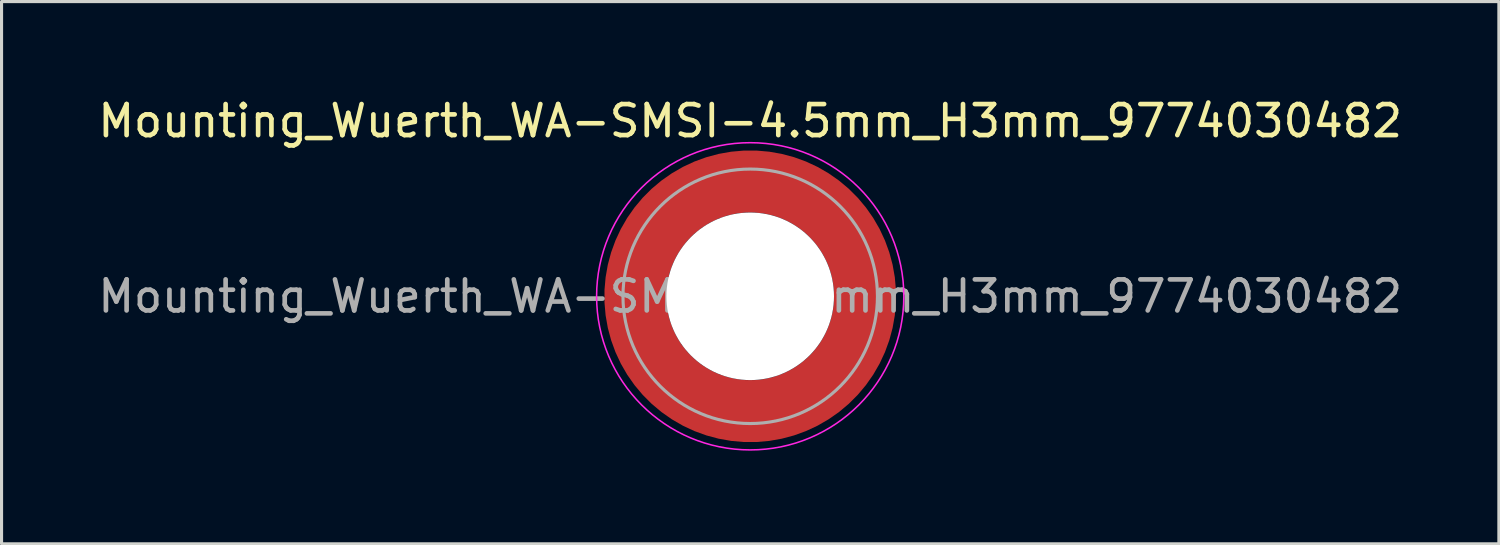
<source format=kicad_pcb>
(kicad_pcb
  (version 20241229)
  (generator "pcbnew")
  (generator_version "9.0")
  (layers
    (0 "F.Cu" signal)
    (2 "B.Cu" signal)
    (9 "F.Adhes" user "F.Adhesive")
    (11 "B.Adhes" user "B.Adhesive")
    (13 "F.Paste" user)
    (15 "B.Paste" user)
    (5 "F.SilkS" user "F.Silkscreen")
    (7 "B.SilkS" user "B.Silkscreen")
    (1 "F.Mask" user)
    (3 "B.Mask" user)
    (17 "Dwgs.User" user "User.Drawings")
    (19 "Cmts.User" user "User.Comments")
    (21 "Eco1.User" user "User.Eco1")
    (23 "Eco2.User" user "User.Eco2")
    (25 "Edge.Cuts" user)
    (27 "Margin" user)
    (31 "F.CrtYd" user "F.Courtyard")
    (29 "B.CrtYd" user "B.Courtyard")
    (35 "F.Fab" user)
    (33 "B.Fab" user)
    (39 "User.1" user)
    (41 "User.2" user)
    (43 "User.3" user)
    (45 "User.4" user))
  (footprint "Mounting_Wuerth_WA-SMSI-4.5mm_H3mm_9774030482"
    (layer "F.Cu")
    (at 21.125 6.498)
    (property "Reference" "Mounting_Wuerth_WA-SMSI-4.5mm_H3mm_9774030482" (at 0 -5.65 0) (layer "F.SilkS") (effects (font (size 1 1) (thickness 0.15))))
    (attr smd allow_soldermask_bridges)
    (fp_circle (center 0 0) (end 4.95 0) (stroke (width 0.05) (type solid)) (fill no) (layer "F.CrtYd"))
    (fp_circle (center 0 0) (end 4.1 0) (stroke (width 0.1) (type solid)) (fill no) (layer "F.Fab"))
    (fp_text user "${REFERENCE}" (at 0 0 0) (layer "F.Fab") (effects (font (size 1 1) (thickness 0.15))))
    (pad "" smd custom (at -2.607 -2.607) (size 0.948 0.948) (layers "F.Paste") (options (anchor circle)) (primitives (gr_arc (start -0.188183 2.107456) (mid 0.599273 0.599273) (end 2.107456 -0.188183) (width 0.2)) (gr_arc (start -0.289416 2.107456) (mid 0.52877 0.52877) (end 2.107456 -0.289416) (width 0.2)) (gr_arc (start -0.390547 2.107456) (mid 0.458268 0.458268) (end 2.107456 -0.390547) (width 0.2)) (gr_arc (start -0.491585 2.107456) (mid 0.387765 0.387765) (end 2.107456 -0.491585) (width 0.2)) (gr_arc (start -0.59254 2.107456) (mid 0.317262 0.317262) (end 2.107456 -0.59254) (width 0.2)) (gr_arc (start -0.693419 2.107456) (mid 0.246759 0.246759) (end 2.107456 -0.693419) (width 0.2)) (gr_arc (start -0.794229 2.107456) (mid 0.176257 0.176257) (end 2.107456 -0.794229) (width 0.2)) (gr_arc (start -0.894975 2.107456) (mid 0.105754 0.105754) (end 2.107456 -0.894975) (width 0.2)) (gr_arc (start -0.995664 2.107456) (mid 0.035251 0.035251) (end 2.107456 -0.995664) (width 0.2)) (gr_arc (start -1.0963 2.107456) (mid -0.035251 -0.035251) (end 2.107456 -1.0963) (width 0.2)) (gr_arc (start -1.196886 2.107456) (mid -0.105754 -0.105754) (end 2.107456 -1.196886) (width 0.2)) (gr_arc (start -1.297427 2.107456) (mid -0.176257 -0.176257) (end 2.107456 -1.297427) (width 0.2)) (gr_arc (start -1.397927 2.107456) (mid -0.246759 -0.246759) (end 2.107456 -1.397927) (width 0.2)) (gr_arc (start -1.498388 2.107456) (mid -0.317262 -0.317262) (end 2.107456 -1.498388) (width 0.2)) (gr_arc (start -1.598813 2.107456) (mid -0.387765 -0.387765) (end 2.107456 -1.598813) (width 0.2)) (gr_arc (start -1.699204 2.107456) (mid -0.458268 -0.458268) (end 2.107456 -1.699204) (width 0.2)) (gr_arc (start -1.799565 2.107456) (mid -0.52877 -0.52877) (end 2.107456 -1.799565) (width 0.2)) (gr_arc (start -1.899896 2.107456) (mid -0.599273 -0.599273) (end 2.107456 -1.899896) (width 0.2)) (gr_arc (start -1.899896 2.107456) (mid -0.599273 -0.599273) (end 2.107456 -1.899896) (width 0.2)) (gr_line (start 2.107 -0.188) (end 2.107 -1.9) (width 0.2)) (gr_line (start -0.188 2.107) (end -1.9 2.107) (width 0.2))))
    (pad "" smd custom (at -2.607 2.607) (size 0.948 0.948) (layers "F.Paste") (options (anchor circle)) (primitives (gr_arc (start 2.107456 0.188183) (mid 0.599273 -0.599273) (end -0.188183 -2.107456) (width 0.2)) (gr_arc (start 2.107456 0.289416) (mid 0.52877 -0.52877) (end -0.289416 -2.107456) (width 0.2)) (gr_arc (start 2.107456 0.390547) (mid 0.458268 -0.458268) (end -0.390547 -2.107456) (width 0.2)) (gr_arc (start 2.107456 0.491585) (mid 0.387765 -0.387765) (end -0.491585 -2.107456) (width 0.2)) (gr_arc (start 2.107456 0.59254) (mid 0.317262 -0.317262) (end -0.59254 -2.107456) (width 0.2)) (gr_arc (start 2.107456 0.693419) (mid 0.246759 -0.246759) (end -0.693419 -2.107456) (width 0.2)) (gr_arc (start 2.107456 0.794229) (mid 0.176257 -0.176257) (end -0.794229 -2.107456) (width 0.2)) (gr_arc (start 2.107456 0.894975) (mid 0.105754 -0.105754) (end -0.894975 -2.107456) (width 0.2)) (gr_arc (start 2.107456 0.995664) (mid 0.035251 -0.035251) (end -0.995664 -2.107456) (width 0.2)) (gr_arc (start 2.107456 1.0963) (mid -0.035251 0.035251) (end -1.0963 -2.107456) (width 0.2)) (gr_arc (start 2.107456 1.196886) (mid -0.105754 0.105754) (end -1.196886 -2.107456) (width 0.2)) (gr_arc (start 2.107456 1.297427) (mid -0.176257 0.176257) (end -1.297427 -2.107456) (width 0.2)) (gr_arc (start 2.107456 1.397927) (mid -0.246759 0.246759) (end -1.397927 -2.107456) (width 0.2)) (gr_arc (start 2.107456 1.498388) (mid -0.317262 0.317262) (end -1.498388 -2.107456) (width 0.2)) (gr_arc (start 2.107456 1.598813) (mid -0.387765 0.387765) (end -1.598813 -2.107456) (width 0.2)) (gr_arc (start 2.107456 1.699204) (mid -0.458268 0.458268) (end -1.699204 -2.107456) (width 0.2)) (gr_arc (start 2.107456 1.799565) (mid -0.52877 0.52877) (end -1.799565 -2.107456) (width 0.2)) (gr_arc (start 2.107456 1.899896) (mid -0.599273 0.599273) (end -1.899896 -2.107456) (width 0.2)) (gr_arc (start 2.107456 1.899896) (mid -0.599273 0.599273) (end -1.899896 -2.107456) (width 0.2)) (gr_line (start -0.188 -2.107) (end -1.9 -2.107) (width 0.2)) (gr_line (start 2.107 0.188) (end 2.107 1.9) (width 0.2))))
    (pad "" np_thru_hole circle (at 0 0) (size 5.4 5.4) (drill 5.4) (layers "*.Cu" "*.Mask"))
    (pad "" smd custom (at 2.607 -2.607) (size 0.948 0.948) (layers "F.Paste") (options (anchor circle)) (primitives (gr_arc (start -2.107456 -0.188183) (mid -0.599273 0.599273) (end 0.188183 2.107456) (width 0.2)) (gr_arc (start -2.107456 -0.289416) (mid -0.52877 0.52877) (end 0.289416 2.107456) (width 0.2)) (gr_arc (start -2.107456 -0.390547) (mid -0.458268 0.458268) (end 0.390547 2.107456) (width 0.2)) (gr_arc (start -2.107456 -0.491585) (mid -0.387765 0.387765) (end 0.491585 2.107456) (width 0.2)) (gr_arc (start -2.107456 -0.59254) (mid -0.317262 0.317262) (end 0.59254 2.107456) (width 0.2)) (gr_arc (start -2.107456 -0.693419) (mid -0.246759 0.246759) (end 0.693419 2.107456) (width 0.2)) (gr_arc (start -2.107456 -0.794229) (mid -0.176257 0.176257) (end 0.794229 2.107456) (width 0.2)) (gr_arc (start -2.107456 -0.894975) (mid -0.105754 0.105754) (end 0.894975 2.107456) (width 0.2)) (gr_arc (start -2.107456 -0.995664) (mid -0.035251 0.035251) (end 0.995664 2.107456) (width 0.2)) (gr_arc (start -2.107456 -1.0963) (mid 0.035251 -0.035251) (end 1.0963 2.107456) (width 0.2)) (gr_arc (start -2.107456 -1.196886) (mid 0.105754 -0.105754) (end 1.196886 2.107456) (width 0.2)) (gr_arc (start -2.107456 -1.297427) (mid 0.176257 -0.176257) (end 1.297427 2.107456) (width 0.2)) (gr_arc (start -2.107456 -1.397927) (mid 0.246759 -0.246759) (end 1.397927 2.107456) (width 0.2)) (gr_arc (start -2.107456 -1.498388) (mid 0.317262 -0.317262) (end 1.498388 2.107456) (width 0.2)) (gr_arc (start -2.107456 -1.598813) (mid 0.387765 -0.387765) (end 1.598813 2.107456) (width 0.2)) (gr_arc (start -2.107456 -1.699204) (mid 0.458268 -0.458268) (end 1.699204 2.107456) (width 0.2)) (gr_arc (start -2.107456 -1.799565) (mid 0.52877 -0.52877) (end 1.799565 2.107456) (width 0.2)) (gr_arc (start -2.107456 -1.899896) (mid 0.599273 -0.599273) (end 1.899896 2.107456) (width 0.2)) (gr_arc (start -2.107456 -1.899896) (mid 0.599273 -0.599273) (end 1.899896 2.107456) (width 0.2)) (gr_line (start 0.188 2.107) (end 1.9 2.107) (width 0.2)) (gr_line (start -2.107 -0.188) (end -2.107 -1.9) (width 0.2))))
    (pad "" smd custom (at 2.607 2.607) (size 0.948 0.948) (layers "F.Paste") (options (anchor circle)) (primitives (gr_arc (start 0.188183 -2.107456) (mid -0.599273 -0.599273) (end -2.107456 0.188183) (width 0.2)) (gr_arc (start 0.289416 -2.107456) (mid -0.52877 -0.52877) (end -2.107456 0.289416) (width 0.2)) (gr_arc (start 0.390547 -2.107456) (mid -0.458268 -0.458268) (end -2.107456 0.390547) (width 0.2)) (gr_arc (start 0.491585 -2.107456) (mid -0.387765 -0.387765) (end -2.107456 0.491585) (width 0.2)) (gr_arc (start 0.59254 -2.107456) (mid -0.317262 -0.317262) (end -2.107456 0.59254) (width 0.2)) (gr_arc (start 0.693419 -2.107456) (mid -0.246759 -0.246759) (end -2.107456 0.693419) (width 0.2)) (gr_arc (start 0.794229 -2.107456) (mid -0.176257 -0.176257) (end -2.107456 0.794229) (width 0.2)) (gr_arc (start 0.894975 -2.107456) (mid -0.105754 -0.105754) (end -2.107456 0.894975) (width 0.2)) (gr_arc (start 0.995664 -2.107456) (mid -0.035251 -0.035251) (end -2.107456 0.995664) (width 0.2)) (gr_arc (start 1.0963 -2.107456) (mid 0.035251 0.035251) (end -2.107456 1.0963) (width 0.2)) (gr_arc (start 1.196886 -2.107456) (mid 0.105754 0.105754) (end -2.107456 1.196886) (width 0.2)) (gr_arc (start 1.297427 -2.107456) (mid 0.176257 0.176257) (end -2.107456 1.297427) (width 0.2)) (gr_arc (start 1.397927 -2.107456) (mid 0.246759 0.246759) (end -2.107456 1.397927) (width 0.2)) (gr_arc (start 1.498388 -2.107456) (mid 0.317262 0.317262) (end -2.107456 1.498388) (width 0.2)) (gr_arc (start 1.598813 -2.107456) (mid 0.387765 0.387765) (end -2.107456 1.598813) (width 0.2)) (gr_arc (start 1.699204 -2.107456) (mid 0.458268 0.458268) (end -2.107456 1.699204) (width 0.2)) (gr_arc (start 1.799565 -2.107456) (mid 0.52877 0.52877) (end -2.107456 1.799565) (width 0.2)) (gr_arc (start 1.899896 -2.107456) (mid 0.599273 0.599273) (end -2.107456 1.899896) (width 0.2)) (gr_arc (start 1.899896 -2.107456) (mid 0.599273 0.599273) (end -2.107456 1.899896) (width 0.2)) (gr_line (start -2.107 0.188) (end -2.107 1.9) (width 0.2)) (gr_line (start 0.188 -2.107) (end 1.9 -2.107) (width 0.2))))
    (pad "1" smd circle (at -3.7 0) (size 1.492 1.492) (layers "F.Cu"))
    (pad "1" smd circle (at 0 -3.7) (size 1.492 1.492) (layers "F.Cu"))
    (pad "1" smd circle (at 0 3.7) (size 1.492 1.492) (layers "F.Cu"))
    (pad "1" smd custom (at 3.7 0) (size 2 2) (layers "F.Cu" "F.Mask") (options (anchor circle)) (primitives (gr_circle (center -3.7 0) (end 0 0) (width 2) (fill no)))))
  (gr_rect
    (start -3 -3)
    (end 45.25 14.473)
    (stroke (width 0.1) (type default))
    (fill no)
    (layer "Edge.Cuts")))
</source>
